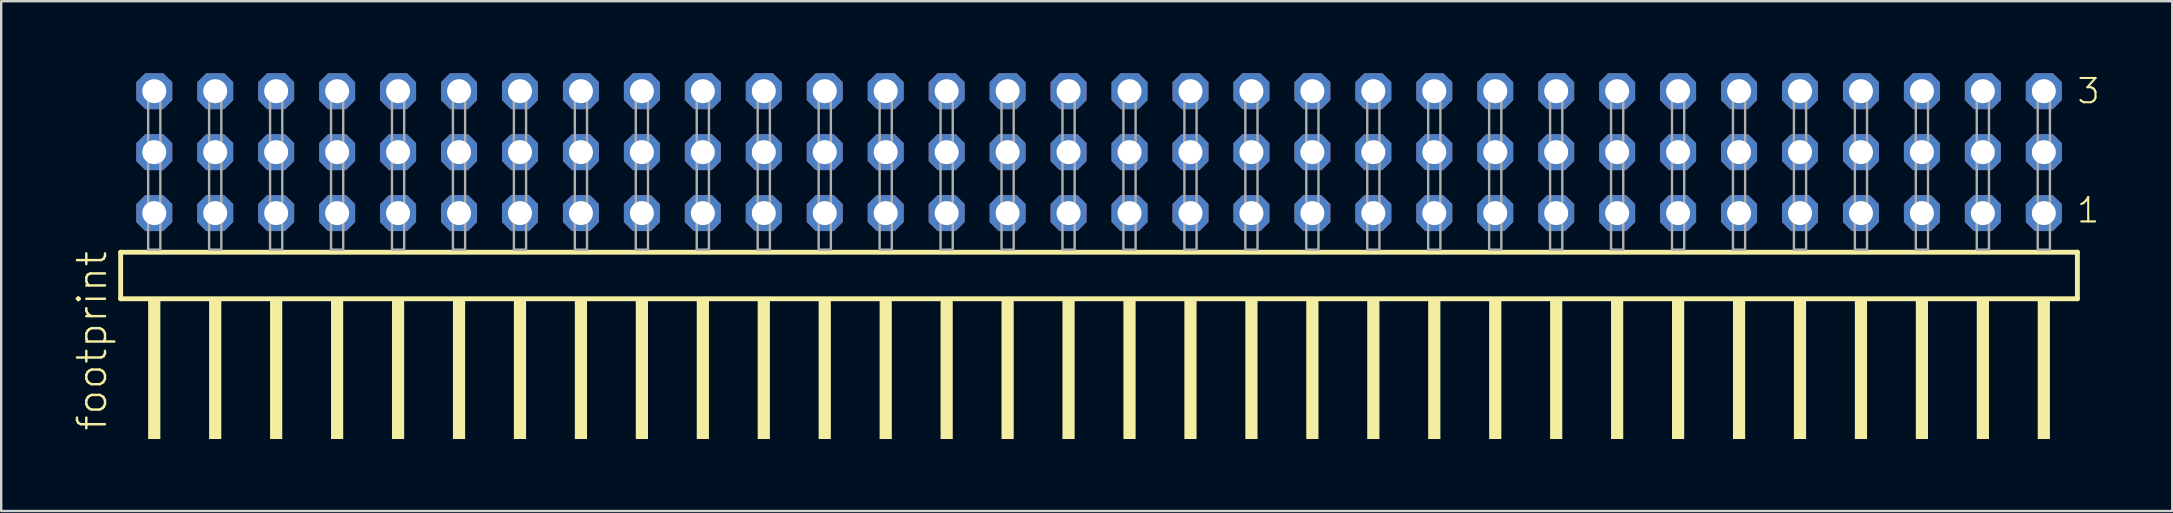
<source format=kicad_pcb>
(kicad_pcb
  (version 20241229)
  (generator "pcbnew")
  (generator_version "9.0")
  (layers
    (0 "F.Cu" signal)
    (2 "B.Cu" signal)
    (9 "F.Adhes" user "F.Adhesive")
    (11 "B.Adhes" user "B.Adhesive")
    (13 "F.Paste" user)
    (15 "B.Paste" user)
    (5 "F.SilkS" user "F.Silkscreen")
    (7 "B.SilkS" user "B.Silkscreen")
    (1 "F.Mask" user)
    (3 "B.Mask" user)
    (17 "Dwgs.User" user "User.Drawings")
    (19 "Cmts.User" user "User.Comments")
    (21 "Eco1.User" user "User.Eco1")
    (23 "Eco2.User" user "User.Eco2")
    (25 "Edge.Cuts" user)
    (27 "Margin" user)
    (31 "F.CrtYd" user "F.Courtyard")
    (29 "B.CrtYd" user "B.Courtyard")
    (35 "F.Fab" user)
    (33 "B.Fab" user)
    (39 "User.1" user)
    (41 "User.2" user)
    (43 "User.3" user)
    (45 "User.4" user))
  (footprint "footprint"
    (layer "F.Cu")
    (at 42.748 7.354)
    (property "Reference" "footprint" (at -41.275 7.62 90) (layer "F.SilkS") (effects (font (size 1.168 1.168) (thickness 0.102)) (justify left bottom)))
    (fp_line (start -40.769 0.106) (end -40.769 2.046) (stroke (width 0.203) (type solid)) (layer "F.SilkS"))
    (fp_line (start -40.769 2.046) (end 40.769 2.046) (stroke (width 0.203) (type solid)) (layer "F.SilkS"))
    (fp_line (start 40.769 0.106) (end -40.769 0.106) (stroke (width 0.203) (type solid)) (layer "F.SilkS"))
    (fp_line (start 40.769 2.046) (end 40.769 0.106) (stroke (width 0.203) (type solid)) (layer "F.SilkS"))
    (fp_poly (pts (xy -39.624 7.89) (xy -39.116 7.89) (xy -39.116 2.04) (xy -39.624 2.04)) (stroke (width 0) (type solid)) (fill yes) (layer "F.SilkS"))
    (fp_poly (pts (xy -37.084 7.89) (xy -36.576 7.89) (xy -36.576 2.04) (xy -37.084 2.04)) (stroke (width 0) (type solid)) (fill yes) (layer "F.SilkS"))
    (fp_poly (pts (xy -34.544 7.89) (xy -34.036 7.89) (xy -34.036 2.04) (xy -34.544 2.04)) (stroke (width 0) (type solid)) (fill yes) (layer "F.SilkS"))
    (fp_poly (pts (xy -32.004 7.89) (xy -31.496 7.89) (xy -31.496 2.04) (xy -32.004 2.04)) (stroke (width 0) (type solid)) (fill yes) (layer "F.SilkS"))
    (fp_poly (pts (xy -29.464 7.89) (xy -28.956 7.89) (xy -28.956 2.04) (xy -29.464 2.04)) (stroke (width 0) (type solid)) (fill yes) (layer "F.SilkS"))
    (fp_poly (pts (xy -26.924 7.89) (xy -26.416 7.89) (xy -26.416 2.04) (xy -26.924 2.04)) (stroke (width 0) (type solid)) (fill yes) (layer "F.SilkS"))
    (fp_poly (pts (xy -24.384 7.89) (xy -23.876 7.89) (xy -23.876 2.04) (xy -24.384 2.04)) (stroke (width 0) (type solid)) (fill yes) (layer "F.SilkS"))
    (fp_poly (pts (xy -21.844 7.89) (xy -21.336 7.89) (xy -21.336 2.04) (xy -21.844 2.04)) (stroke (width 0) (type solid)) (fill yes) (layer "F.SilkS"))
    (fp_poly (pts (xy -19.304 7.89) (xy -18.796 7.89) (xy -18.796 2.04) (xy -19.304 2.04)) (stroke (width 0) (type solid)) (fill yes) (layer "F.SilkS"))
    (fp_poly (pts (xy -16.764 7.89) (xy -16.256 7.89) (xy -16.256 2.04) (xy -16.764 2.04)) (stroke (width 0) (type solid)) (fill yes) (layer "F.SilkS"))
    (fp_poly (pts (xy -14.224 7.89) (xy -13.716 7.89) (xy -13.716 2.04) (xy -14.224 2.04)) (stroke (width 0) (type solid)) (fill yes) (layer "F.SilkS"))
    (fp_poly (pts (xy -11.684 7.89) (xy -11.176 7.89) (xy -11.176 2.04) (xy -11.684 2.04)) (stroke (width 0) (type solid)) (fill yes) (layer "F.SilkS"))
    (fp_poly (pts (xy -9.144 7.89) (xy -8.636 7.89) (xy -8.636 2.04) (xy -9.144 2.04)) (stroke (width 0) (type solid)) (fill yes) (layer "F.SilkS"))
    (fp_poly (pts (xy -6.604 7.89) (xy -6.096 7.89) (xy -6.096 2.04) (xy -6.604 2.04)) (stroke (width 0) (type solid)) (fill yes) (layer "F.SilkS"))
    (fp_poly (pts (xy -4.064 7.89) (xy -3.556 7.89) (xy -3.556 2.04) (xy -4.064 2.04)) (stroke (width 0) (type solid)) (fill yes) (layer "F.SilkS"))
    (fp_poly (pts (xy -1.524 7.89) (xy -1.016 7.89) (xy -1.016 2.04) (xy -1.524 2.04)) (stroke (width 0) (type solid)) (fill yes) (layer "F.SilkS"))
    (fp_poly (pts (xy 1.016 7.89) (xy 1.524 7.89) (xy 1.524 2.04) (xy 1.016 2.04)) (stroke (width 0) (type solid)) (fill yes) (layer "F.SilkS"))
    (fp_poly (pts (xy 3.556 7.89) (xy 4.064 7.89) (xy 4.064 2.04) (xy 3.556 2.04)) (stroke (width 0) (type solid)) (fill yes) (layer "F.SilkS"))
    (fp_poly (pts (xy 6.096 7.89) (xy 6.604 7.89) (xy 6.604 2.04) (xy 6.096 2.04)) (stroke (width 0) (type solid)) (fill yes) (layer "F.SilkS"))
    (fp_poly (pts (xy 8.636 7.89) (xy 9.144 7.89) (xy 9.144 2.04) (xy 8.636 2.04)) (stroke (width 0) (type solid)) (fill yes) (layer "F.SilkS"))
    (fp_poly (pts (xy 11.176 7.89) (xy 11.684 7.89) (xy 11.684 2.04) (xy 11.176 2.04)) (stroke (width 0) (type solid)) (fill yes) (layer "F.SilkS"))
    (fp_poly (pts (xy 13.716 7.89) (xy 14.224 7.89) (xy 14.224 2.04) (xy 13.716 2.04)) (stroke (width 0) (type solid)) (fill yes) (layer "F.SilkS"))
    (fp_poly (pts (xy 16.256 7.89) (xy 16.764 7.89) (xy 16.764 2.04) (xy 16.256 2.04)) (stroke (width 0) (type solid)) (fill yes) (layer "F.SilkS"))
    (fp_poly (pts (xy 18.796 7.89) (xy 19.304 7.89) (xy 19.304 2.04) (xy 18.796 2.04)) (stroke (width 0) (type solid)) (fill yes) (layer "F.SilkS"))
    (fp_poly (pts (xy 21.336 7.89) (xy 21.844 7.89) (xy 21.844 2.04) (xy 21.336 2.04)) (stroke (width 0) (type solid)) (fill yes) (layer "F.SilkS"))
    (fp_poly (pts (xy 23.876 7.89) (xy 24.384 7.89) (xy 24.384 2.04) (xy 23.876 2.04)) (stroke (width 0) (type solid)) (fill yes) (layer "F.SilkS"))
    (fp_poly (pts (xy 26.416 7.89) (xy 26.924 7.89) (xy 26.924 2.04) (xy 26.416 2.04)) (stroke (width 0) (type solid)) (fill yes) (layer "F.SilkS"))
    (fp_poly (pts (xy 28.956 7.89) (xy 29.464 7.89) (xy 29.464 2.04) (xy 28.956 2.04)) (stroke (width 0) (type solid)) (fill yes) (layer "F.SilkS"))
    (fp_poly (pts (xy 31.496 7.89) (xy 32.004 7.89) (xy 32.004 2.04) (xy 31.496 2.04)) (stroke (width 0) (type solid)) (fill yes) (layer "F.SilkS"))
    (fp_poly (pts (xy 34.036 7.89) (xy 34.544 7.89) (xy 34.544 2.04) (xy 34.036 2.04)) (stroke (width 0) (type solid)) (fill yes) (layer "F.SilkS"))
    (fp_poly (pts (xy 36.576 7.89) (xy 37.084 7.89) (xy 37.084 2.04) (xy 36.576 2.04)) (stroke (width 0) (type solid)) (fill yes) (layer "F.SilkS"))
    (fp_poly (pts (xy 39.116 7.89) (xy 39.624 7.89) (xy 39.624 2.04) (xy 39.116 2.04)) (stroke (width 0) (type solid)) (fill yes) (layer "F.SilkS"))
    (fp_poly (pts (xy -39.624 0) (xy -39.116 0) (xy -39.116 -6.858) (xy -39.624 -6.858)) (stroke (width 0.1) (type solid)) (fill no) (layer "F.Fab"))
    (fp_poly (pts (xy -37.084 0) (xy -36.576 0) (xy -36.576 -6.858) (xy -37.084 -6.858)) (stroke (width 0.1) (type solid)) (fill no) (layer "F.Fab"))
    (fp_poly (pts (xy -34.544 0) (xy -34.036 0) (xy -34.036 -6.858) (xy -34.544 -6.858)) (stroke (width 0.1) (type solid)) (fill no) (layer "F.Fab"))
    (fp_poly (pts (xy -32.004 0) (xy -31.496 0) (xy -31.496 -6.858) (xy -32.004 -6.858)) (stroke (width 0.1) (type solid)) (fill no) (layer "F.Fab"))
    (fp_poly (pts (xy -29.464 0) (xy -28.956 0) (xy -28.956 -6.858) (xy -29.464 -6.858)) (stroke (width 0.1) (type solid)) (fill no) (layer "F.Fab"))
    (fp_poly (pts (xy -26.924 0) (xy -26.416 0) (xy -26.416 -6.858) (xy -26.924 -6.858)) (stroke (width 0.1) (type solid)) (fill no) (layer "F.Fab"))
    (fp_poly (pts (xy -24.384 0) (xy -23.876 0) (xy -23.876 -6.858) (xy -24.384 -6.858)) (stroke (width 0.1) (type solid)) (fill no) (layer "F.Fab"))
    (fp_poly (pts (xy -21.844 0) (xy -21.336 0) (xy -21.336 -6.858) (xy -21.844 -6.858)) (stroke (width 0.1) (type solid)) (fill no) (layer "F.Fab"))
    (fp_poly (pts (xy -19.304 0) (xy -18.796 0) (xy -18.796 -6.858) (xy -19.304 -6.858)) (stroke (width 0.1) (type solid)) (fill no) (layer "F.Fab"))
    (fp_poly (pts (xy -16.764 0) (xy -16.256 0) (xy -16.256 -6.858) (xy -16.764 -6.858)) (stroke (width 0.1) (type solid)) (fill no) (layer "F.Fab"))
    (fp_poly (pts (xy -14.224 0) (xy -13.716 0) (xy -13.716 -6.858) (xy -14.224 -6.858)) (stroke (width 0.1) (type solid)) (fill no) (layer "F.Fab"))
    (fp_poly (pts (xy -11.684 0) (xy -11.176 0) (xy -11.176 -6.858) (xy -11.684 -6.858)) (stroke (width 0.1) (type solid)) (fill no) (layer "F.Fab"))
    (fp_poly (pts (xy -9.144 0) (xy -8.636 0) (xy -8.636 -6.858) (xy -9.144 -6.858)) (stroke (width 0.1) (type solid)) (fill no) (layer "F.Fab"))
    (fp_poly (pts (xy -6.604 0) (xy -6.096 0) (xy -6.096 -6.858) (xy -6.604 -6.858)) (stroke (width 0.1) (type solid)) (fill no) (layer "F.Fab"))
    (fp_poly (pts (xy -4.064 0) (xy -3.556 0) (xy -3.556 -6.858) (xy -4.064 -6.858)) (stroke (width 0.1) (type solid)) (fill no) (layer "F.Fab"))
    (fp_poly (pts (xy -1.524 0) (xy -1.016 0) (xy -1.016 -6.858) (xy -1.524 -6.858)) (stroke (width 0.1) (type solid)) (fill no) (layer "F.Fab"))
    (fp_poly (pts (xy 1.016 0) (xy 1.524 0) (xy 1.524 -6.858) (xy 1.016 -6.858)) (stroke (width 0.1) (type solid)) (fill no) (layer "F.Fab"))
    (fp_poly (pts (xy 3.556 0) (xy 4.064 0) (xy 4.064 -6.858) (xy 3.556 -6.858)) (stroke (width 0.1) (type solid)) (fill no) (layer "F.Fab"))
    (fp_poly (pts (xy 6.096 0) (xy 6.604 0) (xy 6.604 -6.858) (xy 6.096 -6.858)) (stroke (width 0.1) (type solid)) (fill no) (layer "F.Fab"))
    (fp_poly (pts (xy 8.636 0) (xy 9.144 0) (xy 9.144 -6.858) (xy 8.636 -6.858)) (stroke (width 0.1) (type solid)) (fill no) (layer "F.Fab"))
    (fp_poly (pts (xy 11.176 0) (xy 11.684 0) (xy 11.684 -6.858) (xy 11.176 -6.858)) (stroke (width 0.1) (type solid)) (fill no) (layer "F.Fab"))
    (fp_poly (pts (xy 13.716 0) (xy 14.224 0) (xy 14.224 -6.858) (xy 13.716 -6.858)) (stroke (width 0.1) (type solid)) (fill no) (layer "F.Fab"))
    (fp_poly (pts (xy 16.256 0) (xy 16.764 0) (xy 16.764 -6.858) (xy 16.256 -6.858)) (stroke (width 0.1) (type solid)) (fill no) (layer "F.Fab"))
    (fp_poly (pts (xy 18.796 0) (xy 19.304 0) (xy 19.304 -6.858) (xy 18.796 -6.858)) (stroke (width 0.1) (type solid)) (fill no) (layer "F.Fab"))
    (fp_poly (pts (xy 21.336 0) (xy 21.844 0) (xy 21.844 -6.858) (xy 21.336 -6.858)) (stroke (width 0.1) (type solid)) (fill no) (layer "F.Fab"))
    (fp_poly (pts (xy 23.876 0) (xy 24.384 0) (xy 24.384 -6.858) (xy 23.876 -6.858)) (stroke (width 0.1) (type solid)) (fill no) (layer "F.Fab"))
    (fp_poly (pts (xy 26.416 0) (xy 26.924 0) (xy 26.924 -6.858) (xy 26.416 -6.858)) (stroke (width 0.1) (type solid)) (fill no) (layer "F.Fab"))
    (fp_poly (pts (xy 28.956 0) (xy 29.464 0) (xy 29.464 -6.858) (xy 28.956 -6.858)) (stroke (width 0.1) (type solid)) (fill no) (layer "F.Fab"))
    (fp_poly (pts (xy 31.496 0) (xy 32.004 0) (xy 32.004 -6.858) (xy 31.496 -6.858)) (stroke (width 0.1) (type solid)) (fill no) (layer "F.Fab"))
    (fp_poly (pts (xy 34.036 0) (xy 34.544 0) (xy 34.544 -6.858) (xy 34.036 -6.858)) (stroke (width 0.1) (type solid)) (fill no) (layer "F.Fab"))
    (fp_poly (pts (xy 36.576 0) (xy 37.084 0) (xy 37.084 -6.858) (xy 36.576 -6.858)) (stroke (width 0.1) (type solid)) (fill no) (layer "F.Fab"))
    (fp_poly (pts (xy 39.116 0) (xy 39.624 0) (xy 39.624 -6.858) (xy 39.116 -6.858)) (stroke (width 0.1) (type solid)) (fill no) (layer "F.Fab"))
    (fp_text user "1" (at 40.68 -1.05 0) (layer "F.SilkS") (effects (font (size 1.012 1.012) (thickness 0.088)) (justify left bottom)))
    (fp_text user "3" (at 40.695 -6.015 0) (layer "F.SilkS") (effects (font (size 1.012 1.012) (thickness 0.088)) (justify left bottom)))
    (pad "1" thru_hole roundrect (at 39.37 -1.524 180) (size 1.5 1.5) (drill 1) (layers "*.Cu" "*.Mask") (roundrect_rratio 0.25) (chamfer_ratio 0.25) (chamfer top_left top_right bottom_left bottom_right))
    (pad "2" thru_hole roundrect (at 39.37 -4.064 180) (size 1.5 1.5) (drill 1) (layers "*.Cu" "*.Mask") (roundrect_rratio 0.25) (chamfer_ratio 0.25) (chamfer top_left top_right bottom_left bottom_right))
    (pad "3" thru_hole roundrect (at 39.37 -6.604 180) (size 1.5 1.5) (drill 1) (layers "*.Cu" "*.Mask") (roundrect_rratio 0.25) (chamfer_ratio 0.25) (chamfer top_left top_right bottom_left bottom_right))
    (pad "4" thru_hole roundrect (at 36.83 -1.524 180) (size 1.5 1.5) (drill 1) (layers "*.Cu" "*.Mask") (roundrect_rratio 0.25) (chamfer_ratio 0.25) (chamfer top_left top_right bottom_left bottom_right))
    (pad "5" thru_hole roundrect (at 36.83 -4.064 180) (size 1.5 1.5) (drill 1) (layers "*.Cu" "*.Mask") (roundrect_rratio 0.25) (chamfer_ratio 0.25) (chamfer top_left top_right bottom_left bottom_right))
    (pad "6" thru_hole roundrect (at 36.83 -6.604 180) (size 1.5 1.5) (drill 1) (layers "*.Cu" "*.Mask") (roundrect_rratio 0.25) (chamfer_ratio 0.25) (chamfer top_left top_right bottom_left bottom_right))
    (pad "7" thru_hole roundrect (at 34.29 -1.524 180) (size 1.5 1.5) (drill 1) (layers "*.Cu" "*.Mask") (roundrect_rratio 0.25) (chamfer_ratio 0.25) (chamfer top_left top_right bottom_left bottom_right))
    (pad "8" thru_hole roundrect (at 34.29 -4.064 180) (size 1.5 1.5) (drill 1) (layers "*.Cu" "*.Mask") (roundrect_rratio 0.25) (chamfer_ratio 0.25) (chamfer top_left top_right bottom_left bottom_right))
    (pad "9" thru_hole roundrect (at 34.29 -6.604 180) (size 1.5 1.5) (drill 1) (layers "*.Cu" "*.Mask") (roundrect_rratio 0.25) (chamfer_ratio 0.25) (chamfer top_left top_right bottom_left bottom_right))
    (pad "10" thru_hole roundrect (at 31.75 -1.524 180) (size 1.5 1.5) (drill 1) (layers "*.Cu" "*.Mask") (roundrect_rratio 0.25) (chamfer_ratio 0.25) (chamfer top_left top_right bottom_left bottom_right))
    (pad "11" thru_hole roundrect (at 31.75 -4.064 180) (size 1.5 1.5) (drill 1) (layers "*.Cu" "*.Mask") (roundrect_rratio 0.25) (chamfer_ratio 0.25) (chamfer top_left top_right bottom_left bottom_right))
    (pad "12" thru_hole roundrect (at 31.75 -6.604 180) (size 1.5 1.5) (drill 1) (layers "*.Cu" "*.Mask") (roundrect_rratio 0.25) (chamfer_ratio 0.25) (chamfer top_left top_right bottom_left bottom_right))
    (pad "13" thru_hole roundrect (at 29.21 -1.524 180) (size 1.5 1.5) (drill 1) (layers "*.Cu" "*.Mask") (roundrect_rratio 0.25) (chamfer_ratio 0.25) (chamfer top_left top_right bottom_left bottom_right))
    (pad "14" thru_hole roundrect (at 29.21 -4.064 180) (size 1.5 1.5) (drill 1) (layers "*.Cu" "*.Mask") (roundrect_rratio 0.25) (chamfer_ratio 0.25) (chamfer top_left top_right bottom_left bottom_right))
    (pad "15" thru_hole roundrect (at 29.21 -6.604 180) (size 1.5 1.5) (drill 1) (layers "*.Cu" "*.Mask") (roundrect_rratio 0.25) (chamfer_ratio 0.25) (chamfer top_left top_right bottom_left bottom_right))
    (pad "16" thru_hole roundrect (at 26.67 -1.524 180) (size 1.5 1.5) (drill 1) (layers "*.Cu" "*.Mask") (roundrect_rratio 0.25) (chamfer_ratio 0.25) (chamfer top_left top_right bottom_left bottom_right))
    (pad "17" thru_hole roundrect (at 26.67 -4.064 180) (size 1.5 1.5) (drill 1) (layers "*.Cu" "*.Mask") (roundrect_rratio 0.25) (chamfer_ratio 0.25) (chamfer top_left top_right bottom_left bottom_right))
    (pad "18" thru_hole roundrect (at 26.67 -6.604 180) (size 1.5 1.5) (drill 1) (layers "*.Cu" "*.Mask") (roundrect_rratio 0.25) (chamfer_ratio 0.25) (chamfer top_left top_right bottom_left bottom_right))
    (pad "19" thru_hole roundrect (at 24.13 -1.524 180) (size 1.5 1.5) (drill 1) (layers "*.Cu" "*.Mask") (roundrect_rratio 0.25) (chamfer_ratio 0.25) (chamfer top_left top_right bottom_left bottom_right))
    (pad "20" thru_hole roundrect (at 24.13 -4.064 180) (size 1.5 1.5) (drill 1) (layers "*.Cu" "*.Mask") (roundrect_rratio 0.25) (chamfer_ratio 0.25) (chamfer top_left top_right bottom_left bottom_right))
    (pad "21" thru_hole roundrect (at 24.13 -6.604 180) (size 1.5 1.5) (drill 1) (layers "*.Cu" "*.Mask") (roundrect_rratio 0.25) (chamfer_ratio 0.25) (chamfer top_left top_right bottom_left bottom_right))
    (pad "22" thru_hole roundrect (at 21.59 -1.524 180) (size 1.5 1.5) (drill 1) (layers "*.Cu" "*.Mask") (roundrect_rratio 0.25) (chamfer_ratio 0.25) (chamfer top_left top_right bottom_left bottom_right))
    (pad "23" thru_hole roundrect (at 21.59 -4.064 180) (size 1.5 1.5) (drill 1) (layers "*.Cu" "*.Mask") (roundrect_rratio 0.25) (chamfer_ratio 0.25) (chamfer top_left top_right bottom_left bottom_right))
    (pad "24" thru_hole roundrect (at 21.59 -6.604 180) (size 1.5 1.5) (drill 1) (layers "*.Cu" "*.Mask") (roundrect_rratio 0.25) (chamfer_ratio 0.25) (chamfer top_left top_right bottom_left bottom_right))
    (pad "25" thru_hole roundrect (at 19.05 -1.524 180) (size 1.5 1.5) (drill 1) (layers "*.Cu" "*.Mask") (roundrect_rratio 0.25) (chamfer_ratio 0.25) (chamfer top_left top_right bottom_left bottom_right))
    (pad "26" thru_hole roundrect (at 19.05 -4.064 180) (size 1.5 1.5) (drill 1) (layers "*.Cu" "*.Mask") (roundrect_rratio 0.25) (chamfer_ratio 0.25) (chamfer top_left top_right bottom_left bottom_right))
    (pad "27" thru_hole roundrect (at 19.05 -6.604 180) (size 1.5 1.5) (drill 1) (layers "*.Cu" "*.Mask") (roundrect_rratio 0.25) (chamfer_ratio 0.25) (chamfer top_left top_right bottom_left bottom_right))
    (pad "28" thru_hole roundrect (at 16.51 -1.524 180) (size 1.5 1.5) (drill 1) (layers "*.Cu" "*.Mask") (roundrect_rratio 0.25) (chamfer_ratio 0.25) (chamfer top_left top_right bottom_left bottom_right))
    (pad "29" thru_hole roundrect (at 16.51 -4.064 180) (size 1.5 1.5) (drill 1) (layers "*.Cu" "*.Mask") (roundrect_rratio 0.25) (chamfer_ratio 0.25) (chamfer top_left top_right bottom_left bottom_right))
    (pad "30" thru_hole roundrect (at 16.51 -6.604 180) (size 1.5 1.5) (drill 1) (layers "*.Cu" "*.Mask") (roundrect_rratio 0.25) (chamfer_ratio 0.25) (chamfer top_left top_right bottom_left bottom_right))
    (pad "31" thru_hole roundrect (at 13.97 -1.524 180) (size 1.5 1.5) (drill 1) (layers "*.Cu" "*.Mask") (roundrect_rratio 0.25) (chamfer_ratio 0.25) (chamfer top_left top_right bottom_left bottom_right))
    (pad "32" thru_hole roundrect (at 13.97 -4.064 180) (size 1.5 1.5) (drill 1) (layers "*.Cu" "*.Mask") (roundrect_rratio 0.25) (chamfer_ratio 0.25) (chamfer top_left top_right bottom_left bottom_right))
    (pad "33" thru_hole roundrect (at 13.97 -6.604 180) (size 1.5 1.5) (drill 1) (layers "*.Cu" "*.Mask") (roundrect_rratio 0.25) (chamfer_ratio 0.25) (chamfer top_left top_right bottom_left bottom_right))
    (pad "34" thru_hole roundrect (at 11.43 -1.524 180) (size 1.5 1.5) (drill 1) (layers "*.Cu" "*.Mask") (roundrect_rratio 0.25) (chamfer_ratio 0.25) (chamfer top_left top_right bottom_left bottom_right))
    (pad "35" thru_hole roundrect (at 11.43 -4.064 180) (size 1.5 1.5) (drill 1) (layers "*.Cu" "*.Mask") (roundrect_rratio 0.25) (chamfer_ratio 0.25) (chamfer top_left top_right bottom_left bottom_right))
    (pad "36" thru_hole roundrect (at 11.43 -6.604 180) (size 1.5 1.5) (drill 1) (layers "*.Cu" "*.Mask") (roundrect_rratio 0.25) (chamfer_ratio 0.25) (chamfer top_left top_right bottom_left bottom_right))
    (pad "37" thru_hole roundrect (at 8.89 -1.524 180) (size 1.5 1.5) (drill 1) (layers "*.Cu" "*.Mask") (roundrect_rratio 0.25) (chamfer_ratio 0.25) (chamfer top_left top_right bottom_left bottom_right))
    (pad "38" thru_hole roundrect (at 8.89 -4.064 180) (size 1.5 1.5) (drill 1) (layers "*.Cu" "*.Mask") (roundrect_rratio 0.25) (chamfer_ratio 0.25) (chamfer top_left top_right bottom_left bottom_right))
    (pad "39" thru_hole roundrect (at 8.89 -6.604 180) (size 1.5 1.5) (drill 1) (layers "*.Cu" "*.Mask") (roundrect_rratio 0.25) (chamfer_ratio 0.25) (chamfer top_left top_right bottom_left bottom_right))
    (pad "40" thru_hole roundrect (at 6.35 -1.524 180) (size 1.5 1.5) (drill 1) (layers "*.Cu" "*.Mask") (roundrect_rratio 0.25) (chamfer_ratio 0.25) (chamfer top_left top_right bottom_left bottom_right))
    (pad "41" thru_hole roundrect (at 6.35 -4.064 180) (size 1.5 1.5) (drill 1) (layers "*.Cu" "*.Mask") (roundrect_rratio 0.25) (chamfer_ratio 0.25) (chamfer top_left top_right bottom_left bottom_right))
    (pad "42" thru_hole roundrect (at 6.35 -6.604 180) (size 1.5 1.5) (drill 1) (layers "*.Cu" "*.Mask") (roundrect_rratio 0.25) (chamfer_ratio 0.25) (chamfer top_left top_right bottom_left bottom_right))
    (pad "43" thru_hole roundrect (at 3.81 -1.524 180) (size 1.5 1.5) (drill 1) (layers "*.Cu" "*.Mask") (roundrect_rratio 0.25) (chamfer_ratio 0.25) (chamfer top_left top_right bottom_left bottom_right))
    (pad "44" thru_hole roundrect (at 3.81 -4.064 180) (size 1.5 1.5) (drill 1) (layers "*.Cu" "*.Mask") (roundrect_rratio 0.25) (chamfer_ratio 0.25) (chamfer top_left top_right bottom_left bottom_right))
    (pad "45" thru_hole roundrect (at 3.81 -6.604 180) (size 1.5 1.5) (drill 1) (layers "*.Cu" "*.Mask") (roundrect_rratio 0.25) (chamfer_ratio 0.25) (chamfer top_left top_right bottom_left bottom_right))
    (pad "46" thru_hole roundrect (at 1.27 -1.524 180) (size 1.5 1.5) (drill 1) (layers "*.Cu" "*.Mask") (roundrect_rratio 0.25) (chamfer_ratio 0.25) (chamfer top_left top_right bottom_left bottom_right))
    (pad "47" thru_hole roundrect (at 1.27 -4.064 180) (size 1.5 1.5) (drill 1) (layers "*.Cu" "*.Mask") (roundrect_rratio 0.25) (chamfer_ratio 0.25) (chamfer top_left top_right bottom_left bottom_right))
    (pad "48" thru_hole roundrect (at 1.27 -6.604 180) (size 1.5 1.5) (drill 1) (layers "*.Cu" "*.Mask") (roundrect_rratio 0.25) (chamfer_ratio 0.25) (chamfer top_left top_right bottom_left bottom_right))
    (pad "49" thru_hole roundrect (at -1.27 -1.524 180) (size 1.5 1.5) (drill 1) (layers "*.Cu" "*.Mask") (roundrect_rratio 0.25) (chamfer_ratio 0.25) (chamfer top_left top_right bottom_left bottom_right))
    (pad "50" thru_hole roundrect (at -1.27 -4.064 180) (size 1.5 1.5) (drill 1) (layers "*.Cu" "*.Mask") (roundrect_rratio 0.25) (chamfer_ratio 0.25) (chamfer top_left top_right bottom_left bottom_right))
    (pad "51" thru_hole roundrect (at -1.27 -6.604 180) (size 1.5 1.5) (drill 1) (layers "*.Cu" "*.Mask") (roundrect_rratio 0.25) (chamfer_ratio 0.25) (chamfer top_left top_right bottom_left bottom_right))
    (pad "52" thru_hole roundrect (at -3.81 -1.524 180) (size 1.5 1.5) (drill 1) (layers "*.Cu" "*.Mask") (roundrect_rratio 0.25) (chamfer_ratio 0.25) (chamfer top_left top_right bottom_left bottom_right))
    (pad "53" thru_hole roundrect (at -3.81 -4.064 180) (size 1.5 1.5) (drill 1) (layers "*.Cu" "*.Mask") (roundrect_rratio 0.25) (chamfer_ratio 0.25) (chamfer top_left top_right bottom_left bottom_right))
    (pad "54" thru_hole roundrect (at -3.81 -6.604 180) (size 1.5 1.5) (drill 1) (layers "*.Cu" "*.Mask") (roundrect_rratio 0.25) (chamfer_ratio 0.25) (chamfer top_left top_right bottom_left bottom_right))
    (pad "55" thru_hole roundrect (at -6.35 -1.524 180) (size 1.5 1.5) (drill 1) (layers "*.Cu" "*.Mask") (roundrect_rratio 0.25) (chamfer_ratio 0.25) (chamfer top_left top_right bottom_left bottom_right))
    (pad "56" thru_hole roundrect (at -6.35 -4.064 180) (size 1.5 1.5) (drill 1) (layers "*.Cu" "*.Mask") (roundrect_rratio 0.25) (chamfer_ratio 0.25) (chamfer top_left top_right bottom_left bottom_right))
    (pad "57" thru_hole roundrect (at -6.35 -6.604 180) (size 1.5 1.5) (drill 1) (layers "*.Cu" "*.Mask") (roundrect_rratio 0.25) (chamfer_ratio 0.25) (chamfer top_left top_right bottom_left bottom_right))
    (pad "58" thru_hole roundrect (at -8.89 -1.524 180) (size 1.5 1.5) (drill 1) (layers "*.Cu" "*.Mask") (roundrect_rratio 0.25) (chamfer_ratio 0.25) (chamfer top_left top_right bottom_left bottom_right))
    (pad "59" thru_hole roundrect (at -8.89 -4.064 180) (size 1.5 1.5) (drill 1) (layers "*.Cu" "*.Mask") (roundrect_rratio 0.25) (chamfer_ratio 0.25) (chamfer top_left top_right bottom_left bottom_right))
    (pad "60" thru_hole roundrect (at -8.89 -6.604 180) (size 1.5 1.5) (drill 1) (layers "*.Cu" "*.Mask") (roundrect_rratio 0.25) (chamfer_ratio 0.25) (chamfer top_left top_right bottom_left bottom_right))
    (pad "61" thru_hole roundrect (at -11.43 -1.524 180) (size 1.5 1.5) (drill 1) (layers "*.Cu" "*.Mask") (roundrect_rratio 0.25) (chamfer_ratio 0.25) (chamfer top_left top_right bottom_left bottom_right))
    (pad "62" thru_hole roundrect (at -11.43 -4.064 180) (size 1.5 1.5) (drill 1) (layers "*.Cu" "*.Mask") (roundrect_rratio 0.25) (chamfer_ratio 0.25) (chamfer top_left top_right bottom_left bottom_right))
    (pad "63" thru_hole roundrect (at -11.43 -6.604 180) (size 1.5 1.5) (drill 1) (layers "*.Cu" "*.Mask") (roundrect_rratio 0.25) (chamfer_ratio 0.25) (chamfer top_left top_right bottom_left bottom_right))
    (pad "64" thru_hole roundrect (at -13.97 -1.524 180) (size 1.5 1.5) (drill 1) (layers "*.Cu" "*.Mask") (roundrect_rratio 0.25) (chamfer_ratio 0.25) (chamfer top_left top_right bottom_left bottom_right))
    (pad "65" thru_hole roundrect (at -13.97 -4.064 180) (size 1.5 1.5) (drill 1) (layers "*.Cu" "*.Mask") (roundrect_rratio 0.25) (chamfer_ratio 0.25) (chamfer top_left top_right bottom_left bottom_right))
    (pad "66" thru_hole roundrect (at -13.97 -6.604 180) (size 1.5 1.5) (drill 1) (layers "*.Cu" "*.Mask") (roundrect_rratio 0.25) (chamfer_ratio 0.25) (chamfer top_left top_right bottom_left bottom_right))
    (pad "67" thru_hole roundrect (at -16.51 -1.524 180) (size 1.5 1.5) (drill 1) (layers "*.Cu" "*.Mask") (roundrect_rratio 0.25) (chamfer_ratio 0.25) (chamfer top_left top_right bottom_left bottom_right))
    (pad "68" thru_hole roundrect (at -16.51 -4.064 180) (size 1.5 1.5) (drill 1) (layers "*.Cu" "*.Mask") (roundrect_rratio 0.25) (chamfer_ratio 0.25) (chamfer top_left top_right bottom_left bottom_right))
    (pad "69" thru_hole roundrect (at -16.51 -6.604 180) (size 1.5 1.5) (drill 1) (layers "*.Cu" "*.Mask") (roundrect_rratio 0.25) (chamfer_ratio 0.25) (chamfer top_left top_right bottom_left bottom_right))
    (pad "70" thru_hole roundrect (at -19.05 -1.524 180) (size 1.5 1.5) (drill 1) (layers "*.Cu" "*.Mask") (roundrect_rratio 0.25) (chamfer_ratio 0.25) (chamfer top_left top_right bottom_left bottom_right))
    (pad "71" thru_hole roundrect (at -19.05 -4.064 180) (size 1.5 1.5) (drill 1) (layers "*.Cu" "*.Mask") (roundrect_rratio 0.25) (chamfer_ratio 0.25) (chamfer top_left top_right bottom_left bottom_right))
    (pad "72" thru_hole roundrect (at -19.05 -6.604 180) (size 1.5 1.5) (drill 1) (layers "*.Cu" "*.Mask") (roundrect_rratio 0.25) (chamfer_ratio 0.25) (chamfer top_left top_right bottom_left bottom_right))
    (pad "73" thru_hole roundrect (at -21.59 -1.524 180) (size 1.5 1.5) (drill 1) (layers "*.Cu" "*.Mask") (roundrect_rratio 0.25) (chamfer_ratio 0.25) (chamfer top_left top_right bottom_left bottom_right))
    (pad "74" thru_hole roundrect (at -21.59 -4.064 180) (size 1.5 1.5) (drill 1) (layers "*.Cu" "*.Mask") (roundrect_rratio 0.25) (chamfer_ratio 0.25) (chamfer top_left top_right bottom_left bottom_right))
    (pad "75" thru_hole roundrect (at -21.59 -6.604 180) (size 1.5 1.5) (drill 1) (layers "*.Cu" "*.Mask") (roundrect_rratio 0.25) (chamfer_ratio 0.25) (chamfer top_left top_right bottom_left bottom_right))
    (pad "76" thru_hole roundrect (at -24.13 -1.524 180) (size 1.5 1.5) (drill 1) (layers "*.Cu" "*.Mask") (roundrect_rratio 0.25) (chamfer_ratio 0.25) (chamfer top_left top_right bottom_left bottom_right))
    (pad "77" thru_hole roundrect (at -24.13 -4.064 180) (size 1.5 1.5) (drill 1) (layers "*.Cu" "*.Mask") (roundrect_rratio 0.25) (chamfer_ratio 0.25) (chamfer top_left top_right bottom_left bottom_right))
    (pad "78" thru_hole roundrect (at -24.13 -6.604 180) (size 1.5 1.5) (drill 1) (layers "*.Cu" "*.Mask") (roundrect_rratio 0.25) (chamfer_ratio 0.25) (chamfer top_left top_right bottom_left bottom_right))
    (pad "79" thru_hole roundrect (at -26.67 -1.524 180) (size 1.5 1.5) (drill 1) (layers "*.Cu" "*.Mask") (roundrect_rratio 0.25) (chamfer_ratio 0.25) (chamfer top_left top_right bottom_left bottom_right))
    (pad "80" thru_hole roundrect (at -26.67 -4.064 180) (size 1.5 1.5) (drill 1) (layers "*.Cu" "*.Mask") (roundrect_rratio 0.25) (chamfer_ratio 0.25) (chamfer top_left top_right bottom_left bottom_right))
    (pad "81" thru_hole roundrect (at -26.67 -6.604 180) (size 1.5 1.5) (drill 1) (layers "*.Cu" "*.Mask") (roundrect_rratio 0.25) (chamfer_ratio 0.25) (chamfer top_left top_right bottom_left bottom_right))
    (pad "82" thru_hole roundrect (at -29.21 -1.524 180) (size 1.5 1.5) (drill 1) (layers "*.Cu" "*.Mask") (roundrect_rratio 0.25) (chamfer_ratio 0.25) (chamfer top_left top_right bottom_left bottom_right))
    (pad "83" thru_hole roundrect (at -29.21 -4.064 180) (size 1.5 1.5) (drill 1) (layers "*.Cu" "*.Mask") (roundrect_rratio 0.25) (chamfer_ratio 0.25) (chamfer top_left top_right bottom_left bottom_right))
    (pad "84" thru_hole roundrect (at -29.21 -6.604 180) (size 1.5 1.5) (drill 1) (layers "*.Cu" "*.Mask") (roundrect_rratio 0.25) (chamfer_ratio 0.25) (chamfer top_left top_right bottom_left bottom_right))
    (pad "85" thru_hole roundrect (at -31.75 -1.524 180) (size 1.5 1.5) (drill 1) (layers "*.Cu" "*.Mask") (roundrect_rratio 0.25) (chamfer_ratio 0.25) (chamfer top_left top_right bottom_left bottom_right))
    (pad "86" thru_hole roundrect (at -31.75 -4.064 180) (size 1.5 1.5) (drill 1) (layers "*.Cu" "*.Mask") (roundrect_rratio 0.25) (chamfer_ratio 0.25) (chamfer top_left top_right bottom_left bottom_right))
    (pad "87" thru_hole roundrect (at -31.75 -6.604 180) (size 1.5 1.5) (drill 1) (layers "*.Cu" "*.Mask") (roundrect_rratio 0.25) (chamfer_ratio 0.25) (chamfer top_left top_right bottom_left bottom_right))
    (pad "88" thru_hole roundrect (at -34.29 -1.524 180) (size 1.5 1.5) (drill 1) (layers "*.Cu" "*.Mask") (roundrect_rratio 0.25) (chamfer_ratio 0.25) (chamfer top_left top_right bottom_left bottom_right))
    (pad "89" thru_hole roundrect (at -34.29 -4.064 180) (size 1.5 1.5) (drill 1) (layers "*.Cu" "*.Mask") (roundrect_rratio 0.25) (chamfer_ratio 0.25) (chamfer top_left top_right bottom_left bottom_right))
    (pad "90" thru_hole roundrect (at -34.29 -6.604 180) (size 1.5 1.5) (drill 1) (layers "*.Cu" "*.Mask") (roundrect_rratio 0.25) (chamfer_ratio 0.25) (chamfer top_left top_right bottom_left bottom_right))
    (pad "91" thru_hole roundrect (at -36.83 -1.524 180) (size 1.5 1.5) (drill 1) (layers "*.Cu" "*.Mask") (roundrect_rratio 0.25) (chamfer_ratio 0.25) (chamfer top_left top_right bottom_left bottom_right))
    (pad "92" thru_hole roundrect (at -36.83 -4.064 180) (size 1.5 1.5) (drill 1) (layers "*.Cu" "*.Mask") (roundrect_rratio 0.25) (chamfer_ratio 0.25) (chamfer top_left top_right bottom_left bottom_right))
    (pad "93" thru_hole roundrect (at -36.83 -6.604 180) (size 1.5 1.5) (drill 1) (layers "*.Cu" "*.Mask") (roundrect_rratio 0.25) (chamfer_ratio 0.25) (chamfer top_left top_right bottom_left bottom_right))
    (pad "94" thru_hole roundrect (at -39.37 -1.524 180) (size 1.5 1.5) (drill 1) (layers "*.Cu" "*.Mask") (roundrect_rratio 0.25) (chamfer_ratio 0.25) (chamfer top_left top_right bottom_left bottom_right))
    (pad "95" thru_hole roundrect (at -39.37 -4.064 180) (size 1.5 1.5) (drill 1) (layers "*.Cu" "*.Mask") (roundrect_rratio 0.25) (chamfer_ratio 0.25) (chamfer top_left top_right bottom_left bottom_right))
    (pad "96" thru_hole roundrect (at -39.37 -6.604 180) (size 1.5 1.5) (drill 1) (layers "*.Cu" "*.Mask") (roundrect_rratio 0.25) (chamfer_ratio 0.25) (chamfer top_left top_right bottom_left bottom_right)))
  (gr_rect
    (start -3 -3)
    (end 87.469 18.244)
    (stroke (width 0.1) (type default))
    (fill no)
    (layer "Edge.Cuts")))
</source>
